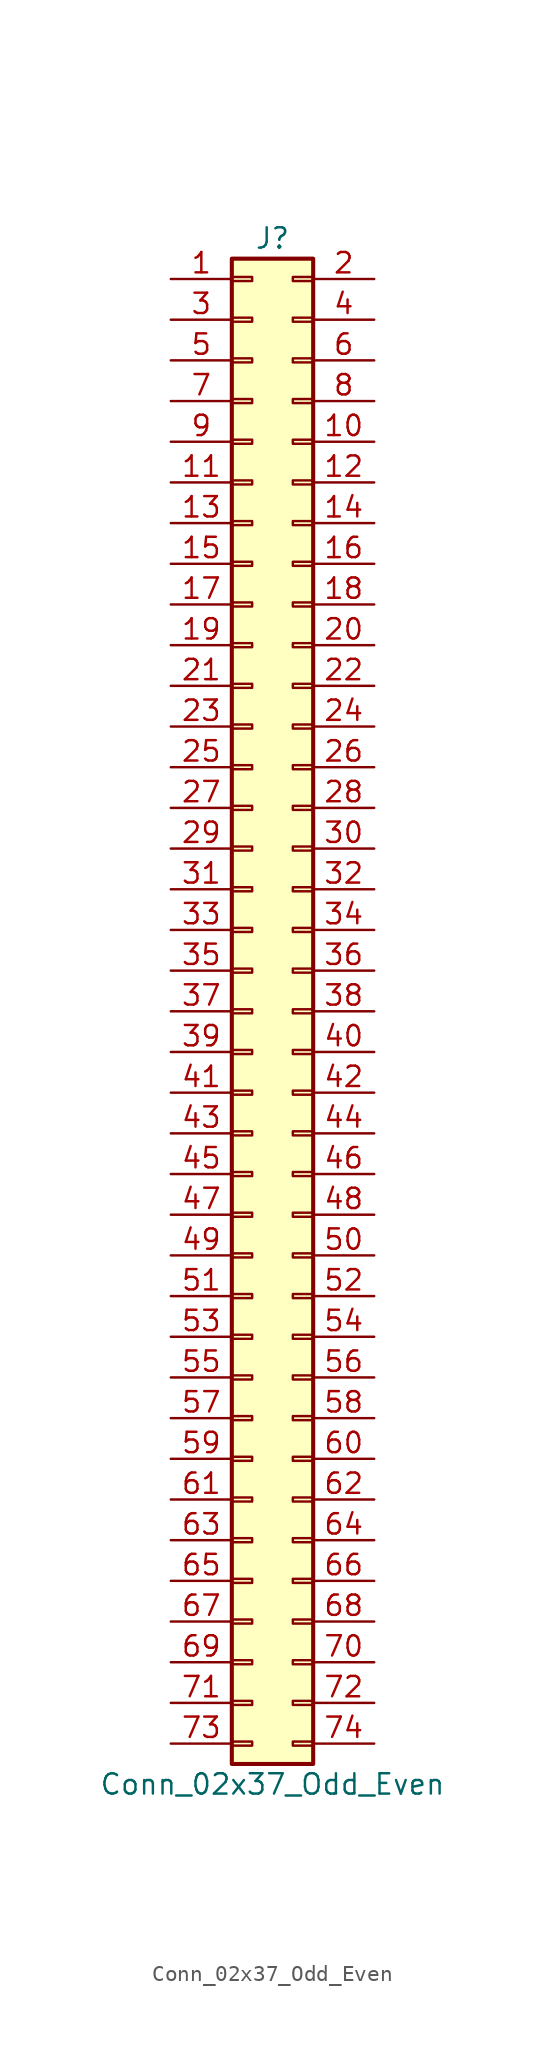
<source format=kicad_sym>
(kicad_symbol_lib
  (version 20220914)
  (generator kicad_symbol_editor)
  (symbol "Conn_02x37_Odd_Even"
    (pin_names
      (offset 1.016) hide)
    (property "Reference" "J"
      (at 1.27 48.26 0)
      (effects (font (size 1.27 1.27))))
    (property "Value" "Conn_02x37_Odd_Even"
      (at 1.27 -48.26 0)
      (effects (font (size 1.27 1.27))))
    (symbol "Conn_02x37_Odd_Even_1_1"
      (rectangle (start -1.27 -45.593) (end 0 -45.847) (stroke (width 0.152) (type solid)) (fill (type none)))
      (rectangle (start -1.27 -43.053) (end 0 -43.307) (stroke (width 0.152) (type solid)) (fill (type none)))
      (rectangle (start -1.27 -40.513) (end 0 -40.767) (stroke (width 0.152) (type solid)) (fill (type none)))
      (rectangle (start -1.27 -37.973) (end 0 -38.227) (stroke (width 0.152) (type solid)) (fill (type none)))
      (rectangle (start -1.27 -35.433) (end 0 -35.687) (stroke (width 0.152) (type solid)) (fill (type none)))
      (rectangle (start -1.27 -32.893) (end 0 -33.147) (stroke (width 0.152) (type solid)) (fill (type none)))
      (rectangle (start -1.27 -30.353) (end 0 -30.607) (stroke (width 0.152) (type solid)) (fill (type none)))
      (rectangle (start -1.27 -27.813) (end 0 -28.067) (stroke (width 0.152) (type solid)) (fill (type none)))
      (rectangle (start -1.27 -25.273) (end 0 -25.527) (stroke (width 0.152) (type solid)) (fill (type none)))
      (rectangle (start -1.27 -22.733) (end 0 -22.987) (stroke (width 0.152) (type solid)) (fill (type none)))
      (rectangle (start -1.27 -20.193) (end 0 -20.447) (stroke (width 0.152) (type solid)) (fill (type none)))
      (rectangle (start -1.27 -17.653) (end 0 -17.907) (stroke (width 0.152) (type solid)) (fill (type none)))
      (rectangle (start -1.27 -15.113) (end 0 -15.367) (stroke (width 0.152) (type solid)) (fill (type none)))
      (rectangle (start -1.27 -12.573) (end 0 -12.827) (stroke (width 0.152) (type solid)) (fill (type none)))
      (rectangle (start -1.27 -10.033) (end 0 -10.287) (stroke (width 0.152) (type solid)) (fill (type none)))
      (rectangle (start -1.27 -7.493) (end 0 -7.747) (stroke (width 0.152) (type solid)) (fill (type none)))
      (rectangle (start -1.27 -4.953) (end 0 -5.207) (stroke (width 0.152) (type solid)) (fill (type none)))
      (rectangle (start -1.27 -2.413) (end 0 -2.667) (stroke (width 0.152) (type solid)) (fill (type none)))
      (rectangle (start -1.27 0.127) (end 0 -0.127) (stroke (width 0.152) (type solid)) (fill (type none)))
      (rectangle (start -1.27 2.667) (end 0 2.413) (stroke (width 0.152) (type solid)) (fill (type none)))
      (rectangle (start -1.27 5.207) (end 0 4.953) (stroke (width 0.152) (type solid)) (fill (type none)))
      (rectangle (start -1.27 7.747) (end 0 7.493) (stroke (width 0.152) (type solid)) (fill (type none)))
      (rectangle (start -1.27 10.287) (end 0 10.033) (stroke (width 0.152) (type solid)) (fill (type none)))
      (rectangle (start -1.27 12.827) (end 0 12.573) (stroke (width 0.152) (type solid)) (fill (type none)))
      (rectangle (start -1.27 15.367) (end 0 15.113) (stroke (width 0.152) (type solid)) (fill (type none)))
      (rectangle (start -1.27 17.907) (end 0 17.653) (stroke (width 0.152) (type solid)) (fill (type none)))
      (rectangle (start -1.27 20.447) (end 0 20.193) (stroke (width 0.152) (type solid)) (fill (type none)))
      (rectangle (start -1.27 22.987) (end 0 22.733) (stroke (width 0.152) (type solid)) (fill (type none)))
      (rectangle (start -1.27 25.527) (end 0 25.273) (stroke (width 0.152) (type solid)) (fill (type none)))
      (rectangle (start -1.27 28.067) (end 0 27.813) (stroke (width 0.152) (type solid)) (fill (type none)))
      (rectangle (start -1.27 30.607) (end 0 30.353) (stroke (width 0.152) (type solid)) (fill (type none)))
      (rectangle (start -1.27 33.147) (end 0 32.893) (stroke (width 0.152) (type solid)) (fill (type none)))
      (rectangle (start -1.27 35.687) (end 0 35.433) (stroke (width 0.152) (type solid)) (fill (type none)))
      (rectangle (start -1.27 38.227) (end 0 37.973) (stroke (width 0.152) (type solid)) (fill (type none)))
      (rectangle (start -1.27 40.767) (end 0 40.513) (stroke (width 0.152) (type solid)) (fill (type none)))
      (rectangle (start -1.27 43.307) (end 0 43.053) (stroke (width 0.152) (type solid)) (fill (type none)))
      (rectangle (start -1.27 45.847) (end 0 45.593) (stroke (width 0.152) (type solid)) (fill (type none)))
      (rectangle (start -1.27 46.99) (end 3.81 -46.99) (stroke (width 0.254) (type solid)) (fill (type background)))
      (rectangle (start 3.81 -45.593) (end 2.54 -45.847) (stroke (width 0.152) (type solid)) (fill (type none)))
      (rectangle (start 3.81 -43.053) (end 2.54 -43.307) (stroke (width 0.152) (type solid)) (fill (type none)))
      (rectangle (start 3.81 -40.513) (end 2.54 -40.767) (stroke (width 0.152) (type solid)) (fill (type none)))
      (rectangle (start 3.81 -37.973) (end 2.54 -38.227) (stroke (width 0.152) (type solid)) (fill (type none)))
      (rectangle (start 3.81 -35.433) (end 2.54 -35.687) (stroke (width 0.152) (type solid)) (fill (type none)))
      (rectangle (start 3.81 -32.893) (end 2.54 -33.147) (stroke (width 0.152) (type solid)) (fill (type none)))
      (rectangle (start 3.81 -30.353) (end 2.54 -30.607) (stroke (width 0.152) (type solid)) (fill (type none)))
      (rectangle (start 3.81 -27.813) (end 2.54 -28.067) (stroke (width 0.152) (type solid)) (fill (type none)))
      (rectangle (start 3.81 -25.273) (end 2.54 -25.527) (stroke (width 0.152) (type solid)) (fill (type none)))
      (rectangle (start 3.81 -22.733) (end 2.54 -22.987) (stroke (width 0.152) (type solid)) (fill (type none)))
      (rectangle (start 3.81 -20.193) (end 2.54 -20.447) (stroke (width 0.152) (type solid)) (fill (type none)))
      (rectangle (start 3.81 -17.653) (end 2.54 -17.907) (stroke (width 0.152) (type solid)) (fill (type none)))
      (rectangle (start 3.81 -15.113) (end 2.54 -15.367) (stroke (width 0.152) (type solid)) (fill (type none)))
      (rectangle (start 3.81 -12.573) (end 2.54 -12.827) (stroke (width 0.152) (type solid)) (fill (type none)))
      (rectangle (start 3.81 -10.033) (end 2.54 -10.287) (stroke (width 0.152) (type solid)) (fill (type none)))
      (rectangle (start 3.81 -7.493) (end 2.54 -7.747) (stroke (width 0.152) (type solid)) (fill (type none)))
      (rectangle (start 3.81 -4.953) (end 2.54 -5.207) (stroke (width 0.152) (type solid)) (fill (type none)))
      (rectangle (start 3.81 -2.413) (end 2.54 -2.667) (stroke (width 0.152) (type solid)) (fill (type none)))
      (rectangle (start 3.81 0.127) (end 2.54 -0.127) (stroke (width 0.152) (type solid)) (fill (type none)))
      (rectangle (start 3.81 2.667) (end 2.54 2.413) (stroke (width 0.152) (type solid)) (fill (type none)))
      (rectangle (start 3.81 5.207) (end 2.54 4.953) (stroke (width 0.152) (type solid)) (fill (type none)))
      (rectangle (start 3.81 7.747) (end 2.54 7.493) (stroke (width 0.152) (type solid)) (fill (type none)))
      (rectangle (start 3.81 10.287) (end 2.54 10.033) (stroke (width 0.152) (type solid)) (fill (type none)))
      (rectangle (start 3.81 12.827) (end 2.54 12.573) (stroke (width 0.152) (type solid)) (fill (type none)))
      (rectangle (start 3.81 15.367) (end 2.54 15.113) (stroke (width 0.152) (type solid)) (fill (type none)))
      (rectangle (start 3.81 17.907) (end 2.54 17.653) (stroke (width 0.152) (type solid)) (fill (type none)))
      (rectangle (start 3.81 20.447) (end 2.54 20.193) (stroke (width 0.152) (type solid)) (fill (type none)))
      (rectangle (start 3.81 22.987) (end 2.54 22.733) (stroke (width 0.152) (type solid)) (fill (type none)))
      (rectangle (start 3.81 25.527) (end 2.54 25.273) (stroke (width 0.152) (type solid)) (fill (type none)))
      (rectangle (start 3.81 28.067) (end 2.54 27.813) (stroke (width 0.152) (type solid)) (fill (type none)))
      (rectangle (start 3.81 30.607) (end 2.54 30.353) (stroke (width 0.152) (type solid)) (fill (type none)))
      (rectangle (start 3.81 33.147) (end 2.54 32.893) (stroke (width 0.152) (type solid)) (fill (type none)))
      (rectangle (start 3.81 35.687) (end 2.54 35.433) (stroke (width 0.152) (type solid)) (fill (type none)))
      (rectangle (start 3.81 38.227) (end 2.54 37.973) (stroke (width 0.152) (type solid)) (fill (type none)))
      (rectangle (start 3.81 40.767) (end 2.54 40.513) (stroke (width 0.152) (type solid)) (fill (type none)))
      (rectangle (start 3.81 43.307) (end 2.54 43.053) (stroke (width 0.152) (type solid)) (fill (type none)))
      (rectangle (start 3.81 45.847) (end 2.54 45.593) (stroke (width 0.152) (type solid)) (fill (type none)))
      (pin passive line (at -5.08 45.72 0) (length 3.81) (name "Pin_1" (effects (font (size 1.27 1.27)))) (number "1" (effects (font (size 1.27 1.27)))))
      (pin passive line (at 7.62 35.56 180) (length 3.81) (name "Pin_10" (effects (font (size 1.27 1.27)))) (number "10" (effects (font (size 1.27 1.27)))))
      (pin passive line (at -5.08 33.02 0) (length 3.81) (name "Pin_11" (effects (font (size 1.27 1.27)))) (number "11" (effects (font (size 1.27 1.27)))))
      (pin passive line (at 7.62 33.02 180) (length 3.81) (name "Pin_12" (effects (font (size 1.27 1.27)))) (number "12" (effects (font (size 1.27 1.27)))))
      (pin passive line (at -5.08 30.48 0) (length 3.81) (name "Pin_13" (effects (font (size 1.27 1.27)))) (number "13" (effects (font (size 1.27 1.27)))))
      (pin passive line (at 7.62 30.48 180) (length 3.81) (name "Pin_14" (effects (font (size 1.27 1.27)))) (number "14" (effects (font (size 1.27 1.27)))))
      (pin passive line (at -5.08 27.94 0) (length 3.81) (name "Pin_15" (effects (font (size 1.27 1.27)))) (number "15" (effects (font (size 1.27 1.27)))))
      (pin passive line (at 7.62 27.94 180) (length 3.81) (name "Pin_16" (effects (font (size 1.27 1.27)))) (number "16" (effects (font (size 1.27 1.27)))))
      (pin passive line (at -5.08 25.4 0) (length 3.81) (name "Pin_17" (effects (font (size 1.27 1.27)))) (number "17" (effects (font (size 1.27 1.27)))))
      (pin passive line (at 7.62 25.4 180) (length 3.81) (name "Pin_18" (effects (font (size 1.27 1.27)))) (number "18" (effects (font (size 1.27 1.27)))))
      (pin passive line (at -5.08 22.86 0) (length 3.81) (name "Pin_19" (effects (font (size 1.27 1.27)))) (number "19" (effects (font (size 1.27 1.27)))))
      (pin passive line (at 7.62 45.72 180) (length 3.81) (name "Pin_2" (effects (font (size 1.27 1.27)))) (number "2" (effects (font (size 1.27 1.27)))))
      (pin passive line (at 7.62 22.86 180) (length 3.81) (name "Pin_20" (effects (font (size 1.27 1.27)))) (number "20" (effects (font (size 1.27 1.27)))))
      (pin passive line (at -5.08 20.32 0) (length 3.81) (name "Pin_21" (effects (font (size 1.27 1.27)))) (number "21" (effects (font (size 1.27 1.27)))))
      (pin passive line (at 7.62 20.32 180) (length 3.81) (name "Pin_22" (effects (font (size 1.27 1.27)))) (number "22" (effects (font (size 1.27 1.27)))))
      (pin passive line (at -5.08 17.78 0) (length 3.81) (name "Pin_23" (effects (font (size 1.27 1.27)))) (number "23" (effects (font (size 1.27 1.27)))))
      (pin passive line (at 7.62 17.78 180) (length 3.81) (name "Pin_24" (effects (font (size 1.27 1.27)))) (number "24" (effects (font (size 1.27 1.27)))))
      (pin passive line (at -5.08 15.24 0) (length 3.81) (name "Pin_25" (effects (font (size 1.27 1.27)))) (number "25" (effects (font (size 1.27 1.27)))))
      (pin passive line (at 7.62 15.24 180) (length 3.81) (name "Pin_26" (effects (font (size 1.27 1.27)))) (number "26" (effects (font (size 1.27 1.27)))))
      (pin passive line (at -5.08 12.7 0) (length 3.81) (name "Pin_27" (effects (font (size 1.27 1.27)))) (number "27" (effects (font (size 1.27 1.27)))))
      (pin passive line (at 7.62 12.7 180) (length 3.81) (name "Pin_28" (effects (font (size 1.27 1.27)))) (number "28" (effects (font (size 1.27 1.27)))))
      (pin passive line (at -5.08 10.16 0) (length 3.81) (name "Pin_29" (effects (font (size 1.27 1.27)))) (number "29" (effects (font (size 1.27 1.27)))))
      (pin passive line (at -5.08 43.18 0) (length 3.81) (name "Pin_3" (effects (font (size 1.27 1.27)))) (number "3" (effects (font (size 1.27 1.27)))))
      (pin passive line (at 7.62 10.16 180) (length 3.81) (name "Pin_30" (effects (font (size 1.27 1.27)))) (number "30" (effects (font (size 1.27 1.27)))))
      (pin passive line (at -5.08 7.62 0) (length 3.81) (name "Pin_31" (effects (font (size 1.27 1.27)))) (number "31" (effects (font (size 1.27 1.27)))))
      (pin passive line (at 7.62 7.62 180) (length 3.81) (name "Pin_32" (effects (font (size 1.27 1.27)))) (number "32" (effects (font (size 1.27 1.27)))))
      (pin passive line (at -5.08 5.08 0) (length 3.81) (name "Pin_33" (effects (font (size 1.27 1.27)))) (number "33" (effects (font (size 1.27 1.27)))))
      (pin passive line (at 7.62 5.08 180) (length 3.81) (name "Pin_34" (effects (font (size 1.27 1.27)))) (number "34" (effects (font (size 1.27 1.27)))))
      (pin passive line (at -5.08 2.54 0) (length 3.81) (name "Pin_35" (effects (font (size 1.27 1.27)))) (number "35" (effects (font (size 1.27 1.27)))))
      (pin passive line (at 7.62 2.54 180) (length 3.81) (name "Pin_36" (effects (font (size 1.27 1.27)))) (number "36" (effects (font (size 1.27 1.27)))))
      (pin passive line (at -5.08 0 0) (length 3.81) (name "Pin_37" (effects (font (size 1.27 1.27)))) (number "37" (effects (font (size 1.27 1.27)))))
      (pin passive line (at 7.62 0 180) (length 3.81) (name "Pin_38" (effects (font (size 1.27 1.27)))) (number "38" (effects (font (size 1.27 1.27)))))
      (pin passive line (at -5.08 -2.54 0) (length 3.81) (name "Pin_39" (effects (font (size 1.27 1.27)))) (number "39" (effects (font (size 1.27 1.27)))))
      (pin passive line (at 7.62 43.18 180) (length 3.81) (name "Pin_4" (effects (font (size 1.27 1.27)))) (number "4" (effects (font (size 1.27 1.27)))))
      (pin passive line (at 7.62 -2.54 180) (length 3.81) (name "Pin_40" (effects (font (size 1.27 1.27)))) (number "40" (effects (font (size 1.27 1.27)))))
      (pin passive line (at -5.08 -5.08 0) (length 3.81) (name "Pin_41" (effects (font (size 1.27 1.27)))) (number "41" (effects (font (size 1.27 1.27)))))
      (pin passive line (at 7.62 -5.08 180) (length 3.81) (name "Pin_42" (effects (font (size 1.27 1.27)))) (number "42" (effects (font (size 1.27 1.27)))))
      (pin passive line (at -5.08 -7.62 0) (length 3.81) (name "Pin_43" (effects (font (size 1.27 1.27)))) (number "43" (effects (font (size 1.27 1.27)))))
      (pin passive line (at 7.62 -7.62 180) (length 3.81) (name "Pin_44" (effects (font (size 1.27 1.27)))) (number "44" (effects (font (size 1.27 1.27)))))
      (pin passive line (at -5.08 -10.16 0) (length 3.81) (name "Pin_45" (effects (font (size 1.27 1.27)))) (number "45" (effects (font (size 1.27 1.27)))))
      (pin passive line (at 7.62 -10.16 180) (length 3.81) (name "Pin_46" (effects (font (size 1.27 1.27)))) (number "46" (effects (font (size 1.27 1.27)))))
      (pin passive line (at -5.08 -12.7 0) (length 3.81) (name "Pin_47" (effects (font (size 1.27 1.27)))) (number "47" (effects (font (size 1.27 1.27)))))
      (pin passive line (at 7.62 -12.7 180) (length 3.81) (name "Pin_48" (effects (font (size 1.27 1.27)))) (number "48" (effects (font (size 1.27 1.27)))))
      (pin passive line (at -5.08 -15.24 0) (length 3.81) (name "Pin_49" (effects (font (size 1.27 1.27)))) (number "49" (effects (font (size 1.27 1.27)))))
      (pin passive line (at -5.08 40.64 0) (length 3.81) (name "Pin_5" (effects (font (size 1.27 1.27)))) (number "5" (effects (font (size 1.27 1.27)))))
      (pin passive line (at 7.62 -15.24 180) (length 3.81) (name "Pin_50" (effects (font (size 1.27 1.27)))) (number "50" (effects (font (size 1.27 1.27)))))
      (pin passive line (at -5.08 -17.78 0) (length 3.81) (name "Pin_51" (effects (font (size 1.27 1.27)))) (number "51" (effects (font (size 1.27 1.27)))))
      (pin passive line (at 7.62 -17.78 180) (length 3.81) (name "Pin_52" (effects (font (size 1.27 1.27)))) (number "52" (effects (font (size 1.27 1.27)))))
      (pin passive line (at -5.08 -20.32 0) (length 3.81) (name "Pin_53" (effects (font (size 1.27 1.27)))) (number "53" (effects (font (size 1.27 1.27)))))
      (pin passive line (at 7.62 -20.32 180) (length 3.81) (name "Pin_54" (effects (font (size 1.27 1.27)))) (number "54" (effects (font (size 1.27 1.27)))))
      (pin passive line (at -5.08 -22.86 0) (length 3.81) (name "Pin_55" (effects (font (size 1.27 1.27)))) (number "55" (effects (font (size 1.27 1.27)))))
      (pin passive line (at 7.62 -22.86 180) (length 3.81) (name "Pin_56" (effects (font (size 1.27 1.27)))) (number "56" (effects (font (size 1.27 1.27)))))
      (pin passive line (at -5.08 -25.4 0) (length 3.81) (name "Pin_57" (effects (font (size 1.27 1.27)))) (number "57" (effects (font (size 1.27 1.27)))))
      (pin passive line (at 7.62 -25.4 180) (length 3.81) (name "Pin_58" (effects (font (size 1.27 1.27)))) (number "58" (effects (font (size 1.27 1.27)))))
      (pin passive line (at -5.08 -27.94 0) (length 3.81) (name "Pin_59" (effects (font (size 1.27 1.27)))) (number "59" (effects (font (size 1.27 1.27)))))
      (pin passive line (at 7.62 40.64 180) (length 3.81) (name "Pin_6" (effects (font (size 1.27 1.27)))) (number "6" (effects (font (size 1.27 1.27)))))
      (pin passive line (at 7.62 -27.94 180) (length 3.81) (name "Pin_60" (effects (font (size 1.27 1.27)))) (number "60" (effects (font (size 1.27 1.27)))))
      (pin passive line (at -5.08 -30.48 0) (length 3.81) (name "Pin_61" (effects (font (size 1.27 1.27)))) (number "61" (effects (font (size 1.27 1.27)))))
      (pin passive line (at 7.62 -30.48 180) (length 3.81) (name "Pin_62" (effects (font (size 1.27 1.27)))) (number "62" (effects (font (size 1.27 1.27)))))
      (pin passive line (at -5.08 -33.02 0) (length 3.81) (name "Pin_63" (effects (font (size 1.27 1.27)))) (number "63" (effects (font (size 1.27 1.27)))))
      (pin passive line (at 7.62 -33.02 180) (length 3.81) (name "Pin_64" (effects (font (size 1.27 1.27)))) (number "64" (effects (font (size 1.27 1.27)))))
      (pin passive line (at -5.08 -35.56 0) (length 3.81) (name "Pin_65" (effects (font (size 1.27 1.27)))) (number "65" (effects (font (size 1.27 1.27)))))
      (pin passive line (at 7.62 -35.56 180) (length 3.81) (name "Pin_66" (effects (font (size 1.27 1.27)))) (number "66" (effects (font (size 1.27 1.27)))))
      (pin passive line (at -5.08 -38.1 0) (length 3.81) (name "Pin_67" (effects (font (size 1.27 1.27)))) (number "67" (effects (font (size 1.27 1.27)))))
      (pin passive line (at 7.62 -38.1 180) (length 3.81) (name "Pin_68" (effects (font (size 1.27 1.27)))) (number "68" (effects (font (size 1.27 1.27)))))
      (pin passive line (at -5.08 -40.64 0) (length 3.81) (name "Pin_69" (effects (font (size 1.27 1.27)))) (number "69" (effects (font (size 1.27 1.27)))))
      (pin passive line (at -5.08 38.1 0) (length 3.81) (name "Pin_7" (effects (font (size 1.27 1.27)))) (number "7" (effects (font (size 1.27 1.27)))))
      (pin passive line (at 7.62 -40.64 180) (length 3.81) (name "Pin_70" (effects (font (size 1.27 1.27)))) (number "70" (effects (font (size 1.27 1.27)))))
      (pin passive line (at -5.08 -43.18 0) (length 3.81) (name "Pin_71" (effects (font (size 1.27 1.27)))) (number "71" (effects (font (size 1.27 1.27)))))
      (pin passive line (at 7.62 -43.18 180) (length 3.81) (name "Pin_72" (effects (font (size 1.27 1.27)))) (number "72" (effects (font (size 1.27 1.27)))))
      (pin passive line (at -5.08 -45.72 0) (length 3.81) (name "Pin_73" (effects (font (size 1.27 1.27)))) (number "73" (effects (font (size 1.27 1.27)))))
      (pin passive line (at 7.62 -45.72 180) (length 3.81) (name "Pin_74" (effects (font (size 1.27 1.27)))) (number "74" (effects (font (size 1.27 1.27)))))
      (pin passive line (at 7.62 38.1 180) (length 3.81) (name "Pin_8" (effects (font (size 1.27 1.27)))) (number "8" (effects (font (size 1.27 1.27)))))
      (pin passive line (at -5.08 35.56 0) (length 3.81) (name "Pin_9" (effects (font (size 1.27 1.27)))) (number "9" (effects (font (size 1.27 1.27))))))))
</source>
